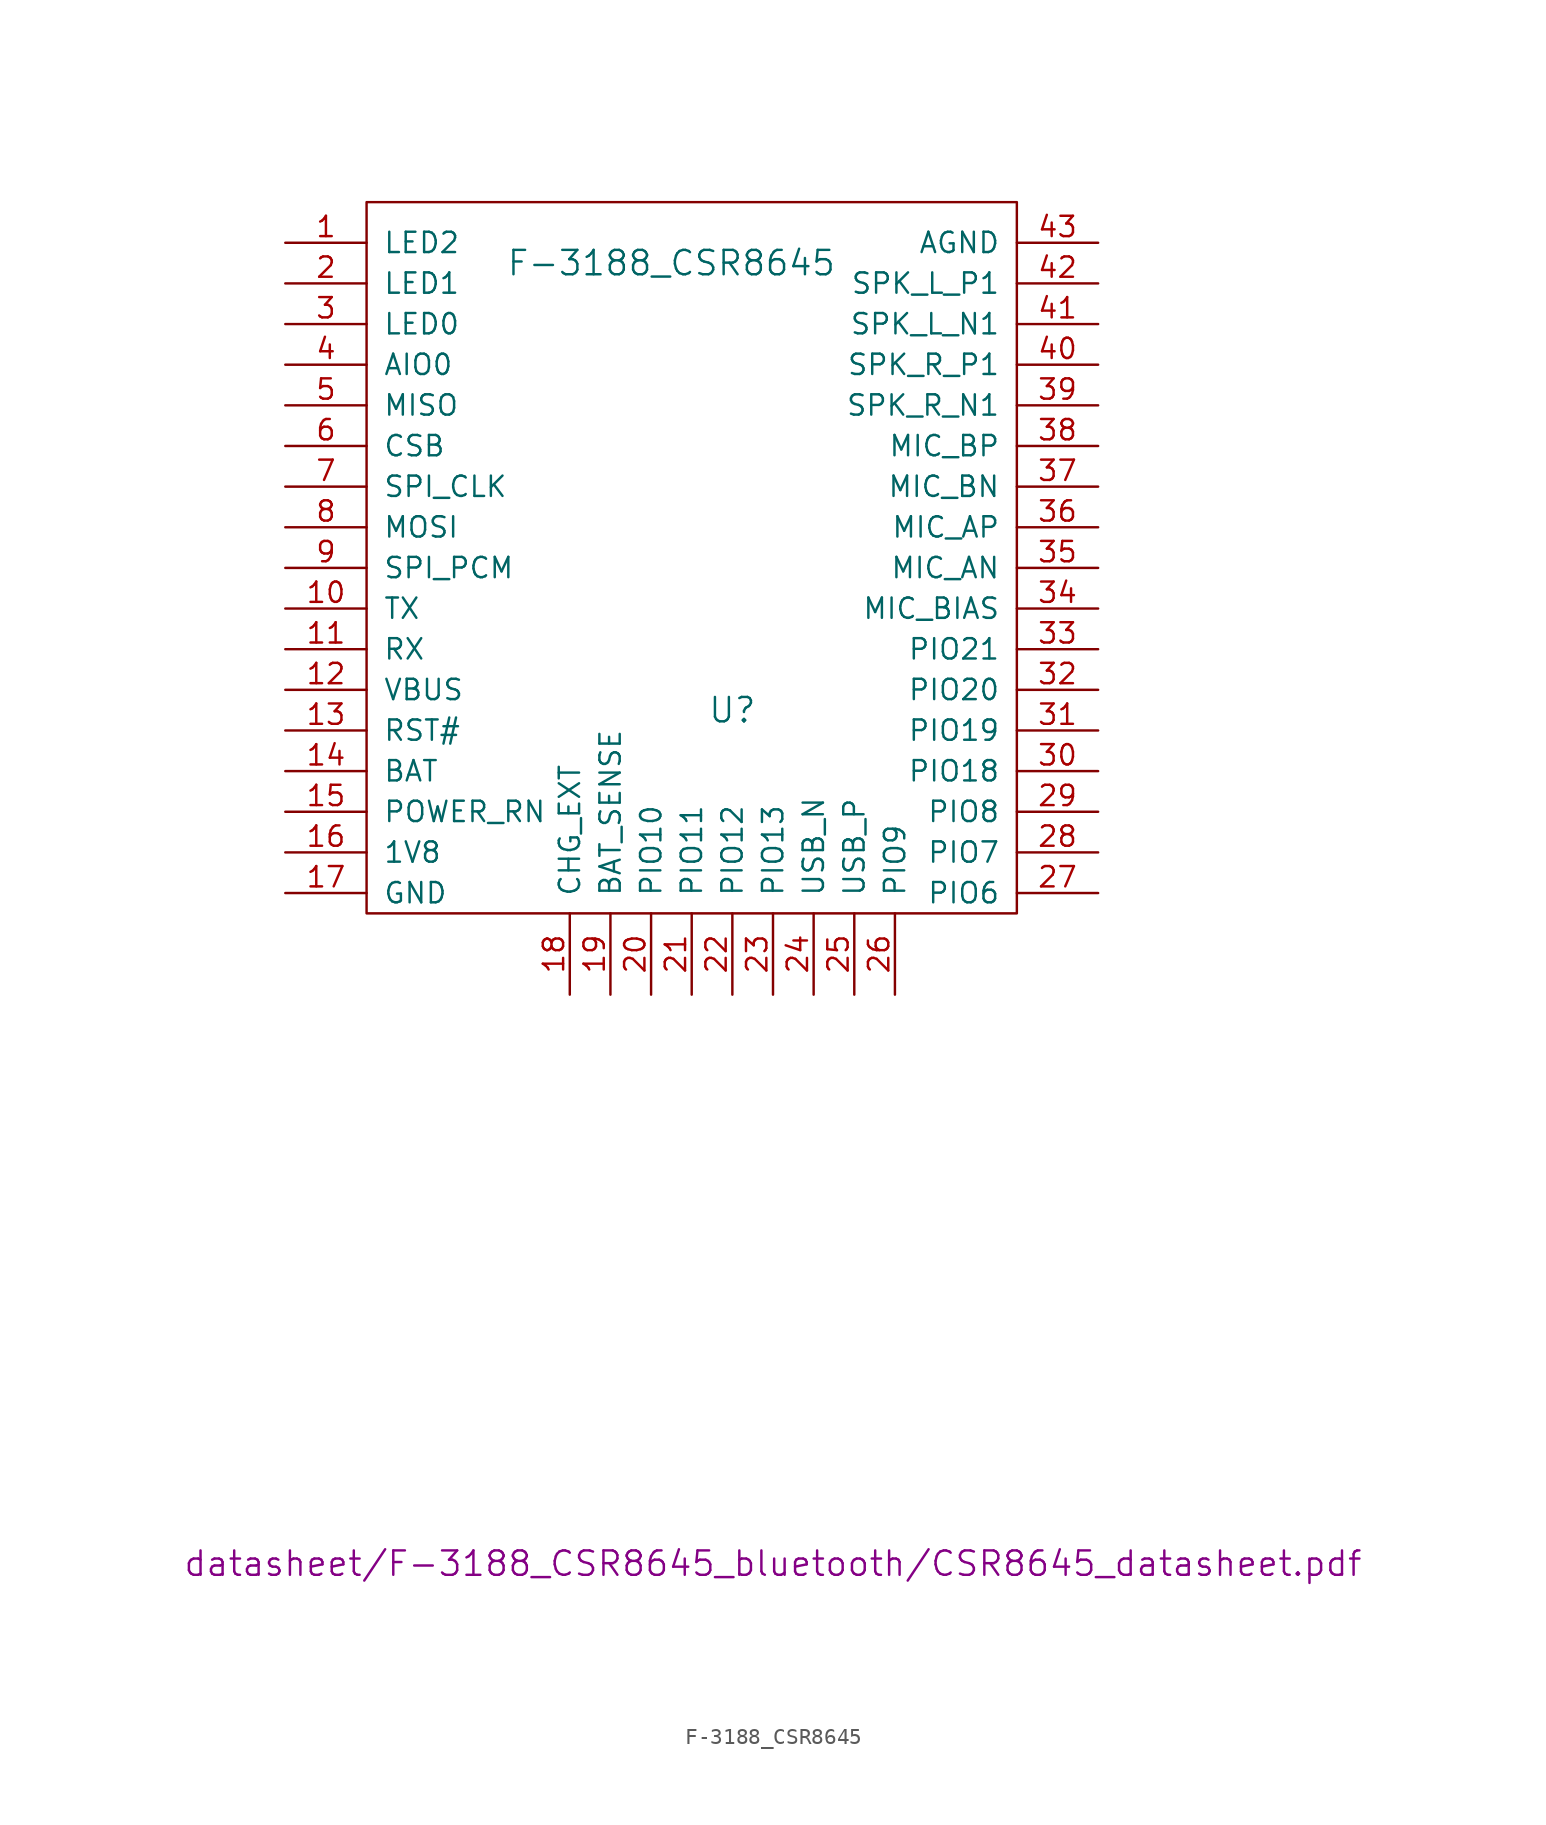
<source format=kicad_sym>
(kicad_symbol_lib
  (version 20241209)
  (generator "kicad_symbol_editor")
  (generator_version "9.0")
  (symbol "F-3188_CSR8645"
    (pin_names
      (offset 1.016))
    (property "Reference" "U"
      (at -2.54 10.16 0)
      (effects (font (size 1.524 1.524))))
    (property "Value" "F-3188_CSR8645"
      (at -6.35 38.1 0)
      (effects (font (size 1.524 1.524))))
    (property "Footprint" ""
      (at 0 -43.18 0)
      (effects (font (size 1.524 1.524))))
    (property "Datasheet" "datasheet/F-3188_CSR8645_bluetooth/CSR8645_datasheet.pdf"
      (at 0 -43.18 0)
      (effects (font (size 1.524 1.524))))
    (symbol "F-3188_CSR8645_0_1"
      (rectangle (start -25.4 -2.54) (end 15.24 41.91) (stroke (width 0) (type solid)) (fill (type none))))
    (symbol "F-3188_CSR8645_1_1"
      (pin input line (at -30.48 39.37 0) (length 5.08) (name "LED2" (effects (font (size 1.27 1.27)))) (number "1" (effects (font (size 1.27 1.27)))))
      (pin input line (at -30.48 36.83 0) (length 5.08) (name "LED1" (effects (font (size 1.27 1.27)))) (number "2" (effects (font (size 1.27 1.27)))))
      (pin input line (at -30.48 34.29 0) (length 5.08) (name "LED0" (effects (font (size 1.27 1.27)))) (number "3" (effects (font (size 1.27 1.27)))))
      (pin input line (at -30.48 31.75 0) (length 5.08) (name "AIO0" (effects (font (size 1.27 1.27)))) (number "4" (effects (font (size 1.27 1.27)))))
      (pin input line (at -30.48 29.21 0) (length 5.08) (name "MISO" (effects (font (size 1.27 1.27)))) (number "5" (effects (font (size 1.27 1.27)))))
      (pin input line (at -30.48 26.67 0) (length 5.08) (name "CSB" (effects (font (size 1.27 1.27)))) (number "6" (effects (font (size 1.27 1.27)))))
      (pin input line (at -30.48 24.13 0) (length 5.08) (name "SPI_CLK" (effects (font (size 1.27 1.27)))) (number "7" (effects (font (size 1.27 1.27)))))
      (pin input line (at -30.48 21.59 0) (length 5.08) (name "MOSI" (effects (font (size 1.27 1.27)))) (number "8" (effects (font (size 1.27 1.27)))))
      (pin input line (at -30.48 19.05 0) (length 5.08) (name "SPI_PCM" (effects (font (size 1.27 1.27)))) (number "9" (effects (font (size 1.27 1.27)))))
      (pin input line (at -30.48 16.51 0) (length 5.08) (name "TX" (effects (font (size 1.27 1.27)))) (number "10" (effects (font (size 1.27 1.27)))))
      (pin input line (at -30.48 13.97 0) (length 5.08) (name "RX" (effects (font (size 1.27 1.27)))) (number "11" (effects (font (size 1.27 1.27)))))
      (pin input line (at -30.48 11.43 0) (length 5.08) (name "VBUS" (effects (font (size 1.27 1.27)))) (number "12" (effects (font (size 1.27 1.27)))))
      (pin input line (at -30.48 8.89 0) (length 5.08) (name "RST#" (effects (font (size 1.27 1.27)))) (number "13" (effects (font (size 1.27 1.27)))))
      (pin input line (at -30.48 6.35 0) (length 5.08) (name "BAT" (effects (font (size 1.27 1.27)))) (number "14" (effects (font (size 1.27 1.27)))))
      (pin input line (at -30.48 3.81 0) (length 5.08) (name "POWER_RN" (effects (font (size 1.27 1.27)))) (number "15" (effects (font (size 1.27 1.27)))))
      (pin input line (at -30.48 1.27 0) (length 5.08) (name "1V8" (effects (font (size 1.27 1.27)))) (number "16" (effects (font (size 1.27 1.27)))))
      (pin input line (at -30.48 -1.27 0) (length 5.08) (name "GND" (effects (font (size 1.27 1.27)))) (number "17" (effects (font (size 1.27 1.27)))))
      (pin input line (at -12.7 -7.62 90) (length 5.08) (name "CHG_EXT" (effects (font (size 1.27 1.27)))) (number "18" (effects (font (size 1.27 1.27)))))
      (pin input line (at -10.16 -7.62 90) (length 5.08) (name "BAT_SENSE" (effects (font (size 1.27 1.27)))) (number "19" (effects (font (size 1.27 1.27)))))
      (pin input line (at -7.62 -7.62 90) (length 5.08) (name "PIO10" (effects (font (size 1.27 1.27)))) (number "20" (effects (font (size 1.27 1.27)))))
      (pin input line (at -5.08 -7.62 90) (length 5.08) (name "PIO11" (effects (font (size 1.27 1.27)))) (number "21" (effects (font (size 1.27 1.27)))))
      (pin input line (at -2.54 -7.62 90) (length 5.08) (name "PIO12" (effects (font (size 1.27 1.27)))) (number "22" (effects (font (size 1.27 1.27)))))
      (pin input line (at 0 -7.62 90) (length 5.08) (name "PIO13" (effects (font (size 1.27 1.27)))) (number "23" (effects (font (size 1.27 1.27)))))
      (pin input line (at 2.54 -7.62 90) (length 5.08) (name "USB_N" (effects (font (size 1.27 1.27)))) (number "24" (effects (font (size 1.27 1.27)))))
      (pin input line (at 5.08 -7.62 90) (length 5.08) (name "USB_P" (effects (font (size 1.27 1.27)))) (number "25" (effects (font (size 1.27 1.27)))))
      (pin input line (at 7.62 -7.62 90) (length 5.08) (name "PIO9" (effects (font (size 1.27 1.27)))) (number "26" (effects (font (size 1.27 1.27)))))
      (pin input line (at 20.32 39.37 180) (length 5.08) (name "AGND" (effects (font (size 1.27 1.27)))) (number "43" (effects (font (size 1.27 1.27)))))
      (pin input line (at 20.32 36.83 180) (length 5.08) (name "SPK_L_P1" (effects (font (size 1.27 1.27)))) (number "42" (effects (font (size 1.27 1.27)))))
      (pin input line (at 20.32 34.29 180) (length 5.08) (name "SPK_L_N1" (effects (font (size 1.27 1.27)))) (number "41" (effects (font (size 1.27 1.27)))))
      (pin input line (at 20.32 31.75 180) (length 5.08) (name "SPK_R_P1" (effects (font (size 1.27 1.27)))) (number "40" (effects (font (size 1.27 1.27)))))
      (pin input line (at 20.32 29.21 180) (length 5.08) (name "SPK_R_N1" (effects (font (size 1.27 1.27)))) (number "39" (effects (font (size 1.27 1.27)))))
      (pin input line (at 20.32 26.67 180) (length 5.08) (name "MIC_BP" (effects (font (size 1.27 1.27)))) (number "38" (effects (font (size 1.27 1.27)))))
      (pin input line (at 20.32 24.13 180) (length 5.08) (name "MIC_BN" (effects (font (size 1.27 1.27)))) (number "37" (effects (font (size 1.27 1.27)))))
      (pin input line (at 20.32 21.59 180) (length 5.08) (name "MIC_AP" (effects (font (size 1.27 1.27)))) (number "36" (effects (font (size 1.27 1.27)))))
      (pin input line (at 20.32 19.05 180) (length 5.08) (name "MIC_AN" (effects (font (size 1.27 1.27)))) (number "35" (effects (font (size 1.27 1.27)))))
      (pin input line (at 20.32 16.51 180) (length 5.08) (name "MIC_BIAS" (effects (font (size 1.27 1.27)))) (number "34" (effects (font (size 1.27 1.27)))))
      (pin input line (at 20.32 13.97 180) (length 5.08) (name "PIO21" (effects (font (size 1.27 1.27)))) (number "33" (effects (font (size 1.27 1.27)))))
      (pin input line (at 20.32 11.43 180) (length 5.08) (name "PIO20" (effects (font (size 1.27 1.27)))) (number "32" (effects (font (size 1.27 1.27)))))
      (pin input line (at 20.32 8.89 180) (length 5.08) (name "PIO19" (effects (font (size 1.27 1.27)))) (number "31" (effects (font (size 1.27 1.27)))))
      (pin input line (at 20.32 6.35 180) (length 5.08) (name "PIO18" (effects (font (size 1.27 1.27)))) (number "30" (effects (font (size 1.27 1.27)))))
      (pin input line (at 20.32 3.81 180) (length 5.08) (name "PIO8" (effects (font (size 1.27 1.27)))) (number "29" (effects (font (size 1.27 1.27)))))
      (pin input line (at 20.32 1.27 180) (length 5.08) (name "PIO7" (effects (font (size 1.27 1.27)))) (number "28" (effects (font (size 1.27 1.27)))))
      (pin input line (at 20.32 -1.27 180) (length 5.08) (name "PIO6" (effects (font (size 1.27 1.27)))) (number "27" (effects (font (size 1.27 1.27))))))))
</source>
